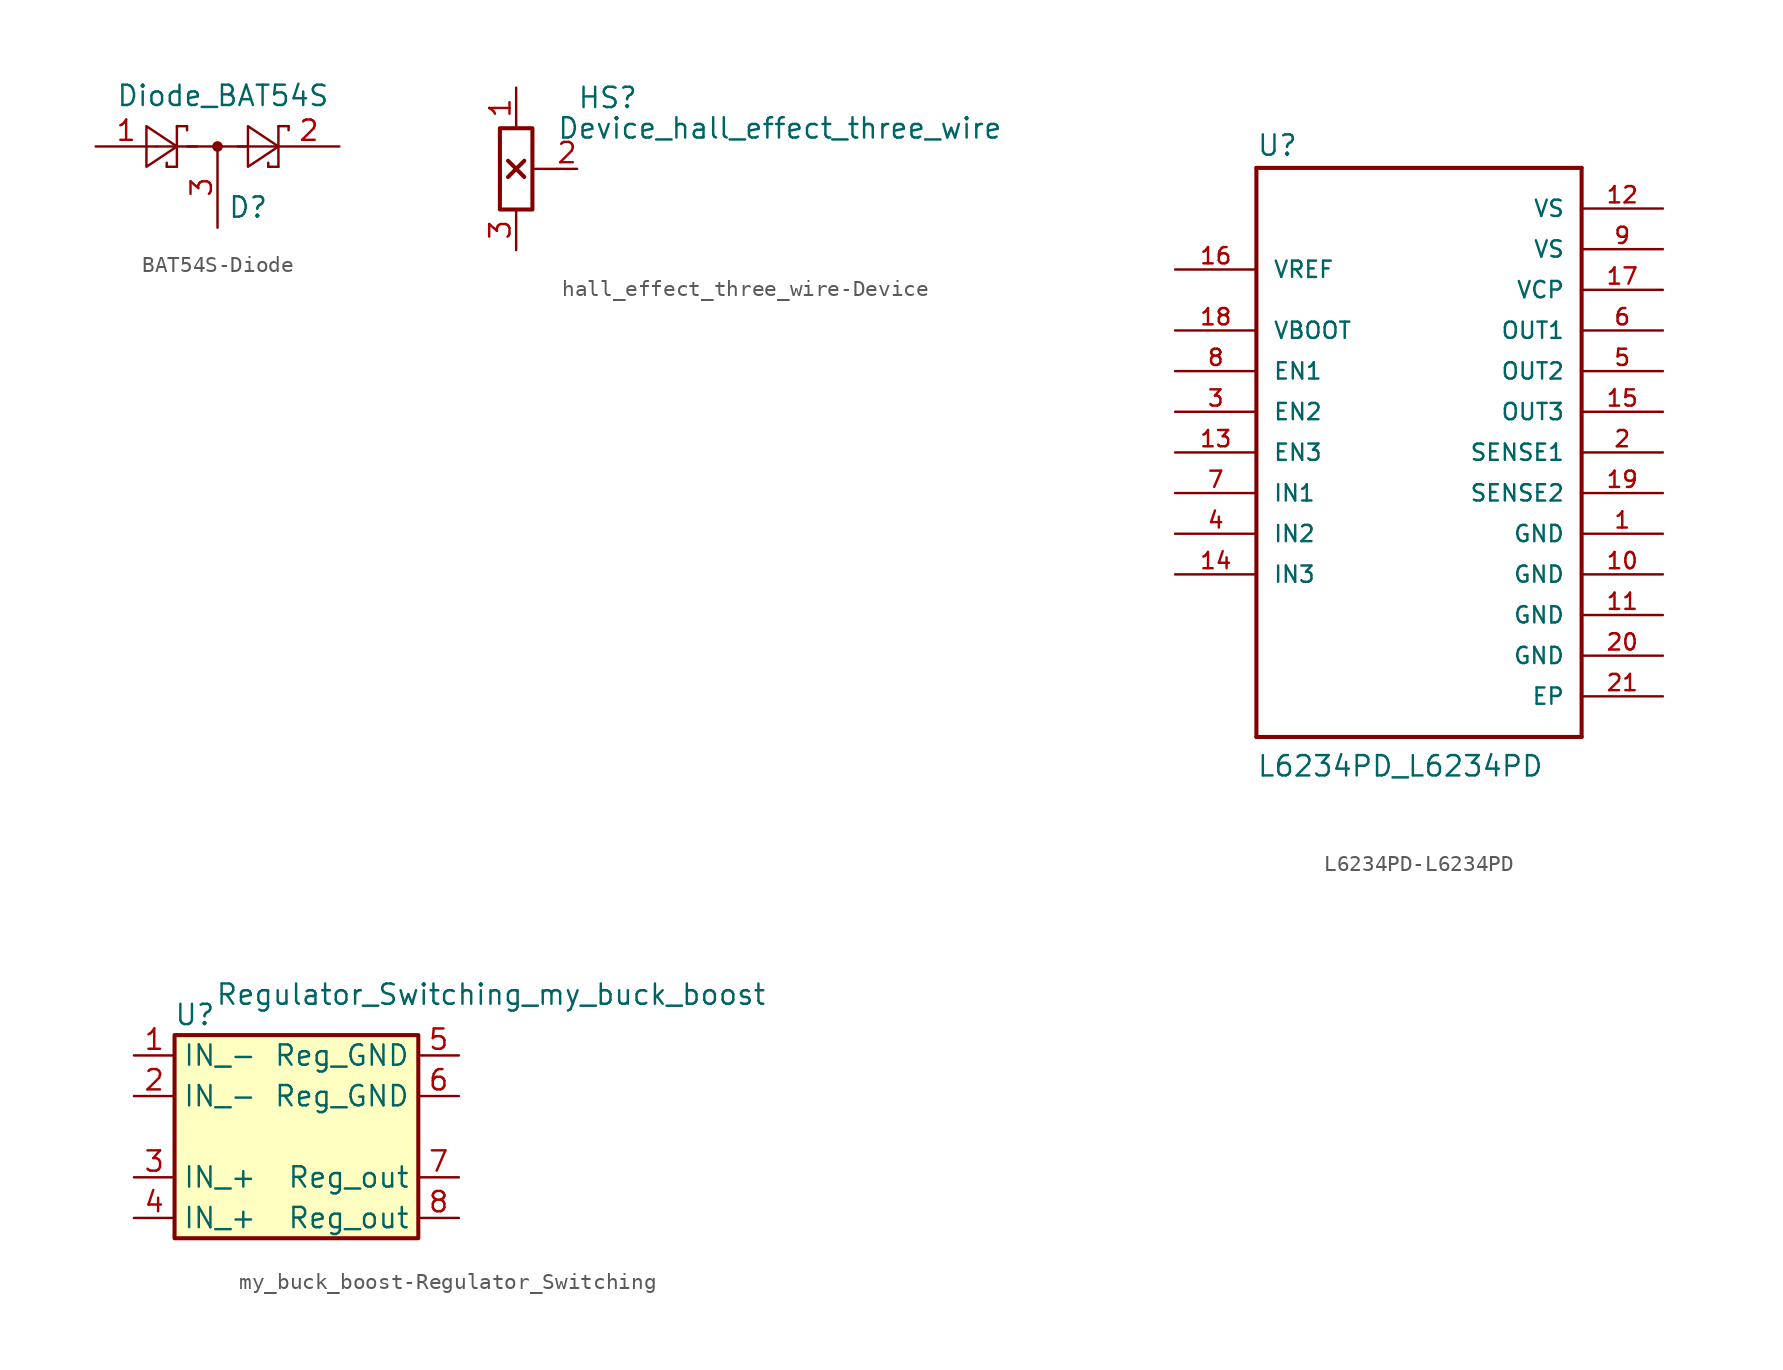
<source format=kicad_sym>
(kicad_symbol_lib
  (version 20231120)
  (generator "kicad_symbol_editor")
  (generator_version "8.0")
  (symbol "BAT54S-Diode"
    (pin_names
      (offset 1.016))
    (property "Reference" "D"
      (at 0.635 -3.81 0)
      (effects (font (size 1.27 1.27)) (justify left)))
    (property "Value" "Diode_BAT54S"
      (at -6.35 3.175 0)
      (effects (font (size 1.27 1.27)) (justify left)))
    (symbol "BAT54S-Diode_0_1"
      (polyline (pts (xy -3.81 0) (xy -1.27 0)) (stroke (width 0) (type solid)) (fill (type none)))
      (polyline (pts (xy -3.175 -1.27) (xy -3.175 -1.016)) (stroke (width 0) (type solid)) (fill (type none)))
      (polyline (pts (xy -2.54 -1.27) (xy -3.175 -1.27)) (stroke (width 0) (type solid)) (fill (type none)))
      (polyline (pts (xy -2.54 -1.27) (xy -2.54 1.27)) (stroke (width 0) (type solid)) (fill (type none)))
      (polyline (pts (xy -2.54 1.27) (xy -1.905 1.27)) (stroke (width 0) (type solid)) (fill (type none)))
      (polyline (pts (xy -1.905 0) (xy 1.905 0)) (stroke (width 0) (type solid)) (fill (type none)))
      (polyline (pts (xy -1.905 1.27) (xy -1.905 1.016)) (stroke (width 0) (type solid)) (fill (type none)))
      (polyline (pts (xy 1.27 0) (xy 3.81 0)) (stroke (width 0) (type solid)) (fill (type none)))
      (polyline (pts (xy 3.175 -1.27) (xy 3.175 -1.016)) (stroke (width 0) (type solid)) (fill (type none)))
      (polyline (pts (xy 3.81 -1.27) (xy 3.175 -1.27)) (stroke (width 0) (type solid)) (fill (type none)))
      (polyline (pts (xy 3.81 -1.27) (xy 3.81 1.27)) (stroke (width 0) (type solid)) (fill (type none)))
      (polyline (pts (xy 3.81 1.27) (xy 4.445 1.27)) (stroke (width 0) (type solid)) (fill (type none)))
      (polyline (pts (xy 4.445 1.27) (xy 4.445 1.016)) (stroke (width 0) (type solid)) (fill (type none)))
      (polyline (pts (xy -4.445 1.27) (xy -4.445 -1.27) (xy -2.54 0) (xy -4.445 1.27)) (stroke (width 0) (type solid)) (fill (type none)))
      (polyline (pts (xy 1.905 1.27) (xy 1.905 -1.27) (xy 3.81 0) (xy 1.905 1.27)) (stroke (width 0) (type solid)) (fill (type none)))
      (circle (center 0 0) (radius 0.254) (stroke (width 0) (type solid)) (fill (type outline))))
    (symbol "BAT54S-Diode_1_1"
      (pin passive line (at -7.62 0 0) (length 3.81) (name "~" (effects (font (size 1.27 1.27)))) (number "1" (effects (font (size 1.27 1.27)))))
      (pin passive line (at 7.62 0 180) (length 3.81) (name "~" (effects (font (size 1.27 1.27)))) (number "2" (effects (font (size 1.27 1.27)))))
      (pin passive line (at 0 -5.08 90) (length 5.08) (name "~" (effects (font (size 1.27 1.27)))) (number "3" (effects (font (size 1.27 1.27)))))))
  (symbol "hall_effect_three_wire-Device"
    (pin_names
      (offset 0) hide)
    (property "Reference" "HS"
      (at 3.81 4.445 0)
      (effects (font (size 1.27 1.27)) (justify left)))
    (property "Value" "Device_hall_effect_three_wire"
      (at 2.54 2.54 0)
      (effects (font (size 1.27 1.27)) (justify left)))
    (symbol "hall_effect_three_wire-Device_0_1"
      (rectangle (start -1.016 2.54) (end 1.016 -2.54) (stroke (width 0.254) (type solid)) (fill (type none)))
      (polyline (pts (xy -0.508 -0.508) (xy 0.508 0.508)) (stroke (width 0.254) (type solid)) (fill (type none)))
      (polyline (pts (xy -0.508 0.508) (xy 0.508 -0.508)) (stroke (width 0.254) (type solid)) (fill (type none)))
      (polyline (pts (xy 1.016 0) (xy 2.54 0)) (stroke (width 0) (type solid)) (fill (type none))))
    (symbol "hall_effect_three_wire-Device_1_1"
      (pin passive line (at 0 5.08 270) (length 2.54) (name "V+" (effects (font (size 1.27 1.27)))) (number "1" (effects (font (size 1.27 1.27)))))
      (pin passive line (at 3.81 0 180) (length 1.27) (name "out" (effects (font (size 1.27 1.27)))) (number "2" (effects (font (size 1.27 1.27)))))
      (pin passive line (at 0 -5.08 90) (length 2.54) (name "V-" (effects (font (size 1.27 1.27)))) (number "3" (effects (font (size 1.27 1.27)))))))
  (symbol "L6234PD-L6234PD"
    (pin_names
      (offset 1.016))
    (property "Reference" "U"
      (at -10.16 18.44 0)
      (effects (font (size 1.27 1.27)) (justify left bottom)))
    (property "Value" "L6234PD_L6234PD"
      (at -10.16 -20.345 0)
      (effects (font (size 1.27 1.27)) (justify left bottom)))
    (property "ki_locked" ""
      (at 0 0 0)
      (effects (font (size 1.27 1.27))))
    (symbol "L6234PD-L6234PD_0_0"
      (polyline (pts (xy -10.16 -17.78) (xy -10.16 17.78)) (stroke (width 0.254) (type solid)) (fill (type none)))
      (polyline (pts (xy -10.16 17.78) (xy 10.16 17.78)) (stroke (width 0.254) (type solid)) (fill (type none)))
      (polyline (pts (xy 10.16 -17.78) (xy -10.16 -17.78)) (stroke (width 0.254) (type solid)) (fill (type none)))
      (polyline (pts (xy 10.16 17.78) (xy 10.16 -17.78)) (stroke (width 0.254) (type solid)) (fill (type none)))
      (pin power_in line (at 15.24 -5.08 180) (length 5.08) (name "GND" (effects (font (size 1.016 1.016)))) (number "1" (effects (font (size 1.016 1.016)))))
      (pin power_in line (at 15.24 -7.62 180) (length 5.08) (name "GND" (effects (font (size 1.016 1.016)))) (number "10" (effects (font (size 1.016 1.016)))))
      (pin power_in line (at 15.24 -10.16 180) (length 5.08) (name "GND" (effects (font (size 1.016 1.016)))) (number "11" (effects (font (size 1.016 1.016)))))
      (pin power_in line (at 15.24 15.24 180) (length 5.08) (name "VS" (effects (font (size 1.016 1.016)))) (number "12" (effects (font (size 1.016 1.016)))))
      (pin input line (at -15.24 0 0) (length 5.08) (name "EN3" (effects (font (size 1.016 1.016)))) (number "13" (effects (font (size 1.016 1.016)))))
      (pin input line (at -15.24 -7.62 0) (length 5.08) (name "IN3" (effects (font (size 1.016 1.016)))) (number "14" (effects (font (size 1.016 1.016)))))
      (pin output line (at 15.24 2.54 180) (length 5.08) (name "OUT3" (effects (font (size 1.016 1.016)))) (number "15" (effects (font (size 1.016 1.016)))))
      (pin power_in line (at -15.24 11.43 0) (length 5.08) (name "VREF" (effects (font (size 1.016 1.016)))) (number "16" (effects (font (size 1.016 1.016)))))
      (pin output line (at 15.24 10.16 180) (length 5.08) (name "VCP" (effects (font (size 1.016 1.016)))) (number "17" (effects (font (size 1.016 1.016)))))
      (pin input line (at -15.24 7.62 0) (length 5.08) (name "VBOOT" (effects (font (size 1.016 1.016)))) (number "18" (effects (font (size 1.016 1.016)))))
      (pin output line (at 15.24 -2.54 180) (length 5.08) (name "SENSE2" (effects (font (size 1.016 1.016)))) (number "19" (effects (font (size 1.016 1.016)))))
      (pin output line (at 15.24 0 180) (length 5.08) (name "SENSE1" (effects (font (size 1.016 1.016)))) (number "2" (effects (font (size 1.016 1.016)))))
      (pin power_in line (at 15.24 -12.7 180) (length 5.08) (name "GND" (effects (font (size 1.016 1.016)))) (number "20" (effects (font (size 1.016 1.016)))))
      (pin power_in line (at 15.24 -15.24 180) (length 5.08) (name "EP" (effects (font (size 1.016 1.016)))) (number "21" (effects (font (size 1.016 1.016)))))
      (pin input line (at -15.24 2.54 0) (length 5.08) (name "EN2" (effects (font (size 1.016 1.016)))) (number "3" (effects (font (size 1.016 1.016)))))
      (pin input line (at -15.24 -5.08 0) (length 5.08) (name "IN2" (effects (font (size 1.016 1.016)))) (number "4" (effects (font (size 1.016 1.016)))))
      (pin output line (at 15.24 5.08 180) (length 5.08) (name "OUT2" (effects (font (size 1.016 1.016)))) (number "5" (effects (font (size 1.016 1.016)))))
      (pin output line (at 15.24 7.62 180) (length 5.08) (name "OUT1" (effects (font (size 1.016 1.016)))) (number "6" (effects (font (size 1.016 1.016)))))
      (pin input line (at -15.24 -2.54 0) (length 5.08) (name "IN1" (effects (font (size 1.016 1.016)))) (number "7" (effects (font (size 1.016 1.016)))))
      (pin input line (at -15.24 5.08 0) (length 5.08) (name "EN1" (effects (font (size 1.016 1.016)))) (number "8" (effects (font (size 1.016 1.016)))))
      (pin power_in line (at 15.24 12.7 180) (length 5.08) (name "VS" (effects (font (size 1.016 1.016)))) (number "9" (effects (font (size 1.016 1.016)))))))
  (symbol "my_buck_boost-Regulator_Switching"
    (property "Reference" "U"
      (at -6.35 6.35 0)
      (effects (font (size 1.27 1.27))))
    (property "Value" "Regulator_Switching_my_buck_boost"
      (at -5.08 7.62 0)
      (effects (font (size 1.27 1.27)) (justify left)))
    (symbol "my_buck_boost-Regulator_Switching_0_1"
      (rectangle (start -7.62 5.08) (end 7.62 -7.62) (stroke (width 0.254) (type solid)) (fill (type background))))
    (symbol "my_buck_boost-Regulator_Switching_1_1"
      (pin open_emitter line (at -10.16 3.81 0) (length 2.54) (name "IN_-" (effects (font (size 1.27 1.27)))) (number "1" (effects (font (size 1.27 1.27)))))
      (pin power_in line (at -10.16 1.27 0) (length 2.54) (name "IN_-" (effects (font (size 1.27 1.27)))) (number "2" (effects (font (size 1.27 1.27)))))
      (pin power_out line (at -10.16 -3.81 0) (length 2.54) (name "IN_+" (effects (font (size 1.27 1.27)))) (number "3" (effects (font (size 1.27 1.27)))))
      (pin power_in line (at -10.16 -6.35 0) (length 2.54) (name "IN_+" (effects (font (size 1.27 1.27)))) (number "4" (effects (font (size 1.27 1.27)))))
      (pin power_out line (at 10.16 3.81 180) (length 2.54) (name "Reg_GND" (effects (font (size 1.27 1.27)))) (number "5" (effects (font (size 1.27 1.27)))))
      (pin power_out line (at 10.16 1.27 180) (length 2.54) (name "Reg_GND" (effects (font (size 1.27 1.27)))) (number "6" (effects (font (size 1.27 1.27)))))
      (pin power_out line (at 10.16 -3.81 180) (length 2.54) (name "Reg_out" (effects (font (size 1.27 1.27)))) (number "7" (effects (font (size 1.27 1.27)))))
      (pin power_out line (at 10.16 -6.35 180) (length 2.54) (name "Reg_out" (effects (font (size 1.27 1.27)))) (number "8" (effects (font (size 1.27 1.27))))))))
</source>
